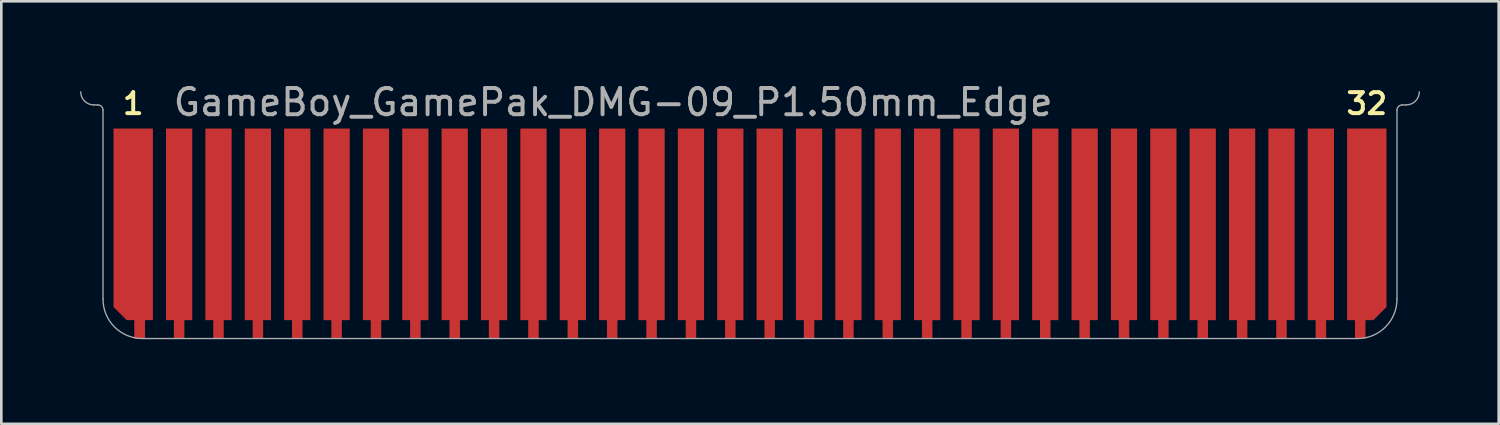
<source format=kicad_pcb>
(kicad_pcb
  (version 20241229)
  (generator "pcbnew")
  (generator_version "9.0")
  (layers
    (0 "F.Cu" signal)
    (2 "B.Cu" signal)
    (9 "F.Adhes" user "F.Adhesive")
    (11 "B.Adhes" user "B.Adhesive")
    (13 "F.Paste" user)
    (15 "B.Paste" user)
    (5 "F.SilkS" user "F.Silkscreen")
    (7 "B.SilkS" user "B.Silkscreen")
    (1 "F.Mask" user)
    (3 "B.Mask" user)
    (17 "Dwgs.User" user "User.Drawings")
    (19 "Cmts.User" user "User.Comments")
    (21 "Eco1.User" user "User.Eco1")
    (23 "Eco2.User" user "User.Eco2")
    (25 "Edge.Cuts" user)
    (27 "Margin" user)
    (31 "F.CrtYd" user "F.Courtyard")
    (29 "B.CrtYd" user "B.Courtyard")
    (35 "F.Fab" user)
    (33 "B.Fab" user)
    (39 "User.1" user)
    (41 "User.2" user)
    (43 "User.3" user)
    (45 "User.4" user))
  (footprint "GameBoy_GamePak_DMG-09_P1.50mm_Edge"
    (layer "F.Cu")
    (at 25.525 9.848)
    (property "Reference" "GameBoy_GamePak_DMG-09_P1.50mm_Edge" (at -22.05 -9 0) (layer "F.Fab") (effects (font (size 1 1) (thickness 0.15)) (justify left)))
    (attr through_hole)
    (fp_poly (pts (xy -23.05 0) (xy -23.45 0) (xy -23.45 -0.7) (xy -23.05 -0.7)) (stroke (width 0) (type solid)) (fill yes) (layer "F.Cu"))
    (fp_poly (pts (xy 24.65 -0.7) (xy -24.65 -0.7) (xy -24.65 -7) (xy 24.65 -7)) (stroke (width 0) (type solid)) (fill yes) (layer "F.Mask"))
    (fp_line (start -25 -8.9) (end -24.85 -8.9) (stroke (width 0.05) (type solid)) (layer "F.Fab"))
    (fp_line (start -24.65 -1.5) (end -24.65 -8.7) (stroke (width 0.05) (type solid)) (layer "F.Fab"))
    (fp_line (start -23.15 0) (end 23.15 0) (stroke (width 0.05) (type solid)) (layer "F.Fab"))
    (fp_line (start 24.65 -1.5) (end 24.65 -8.7) (stroke (width 0.05) (type solid)) (layer "F.Fab"))
    (fp_line (start 24.85 -8.9) (end 25 -8.9) (stroke (width 0.05) (type solid)) (layer "F.Fab"))
    (fp_arc (start -25 -8.9) (mid -25.353553 -9.046447) (end -25.5 -9.4) (stroke (width 0.05) (type solid)) (layer "F.Fab"))
    (fp_arc (start -24.85 -8.9) (mid -24.708579 -8.841421) (end -24.65 -8.7) (stroke (width 0.05) (type solid)) (layer "F.Fab"))
    (fp_arc (start -23.15 0) (mid -24.21066 -0.43934) (end -24.65 -1.5) (stroke (width 0.05) (type solid)) (layer "F.Fab"))
    (fp_arc (start 24.65 -8.7) (mid 24.708579 -8.841421) (end 24.85 -8.9) (stroke (width 0.05) (type solid)) (layer "F.Fab"))
    (fp_arc (start 24.65 -1.5) (mid 24.21066 -0.43934) (end 23.15 0) (stroke (width 0.05) (type solid)) (layer "F.Fab"))
    (fp_arc (start 25.5 -9.4) (mid 25.353553 -9.046447) (end 25 -8.9) (stroke (width 0.05) (type solid)) (layer "F.Fab"))
    (fp_text user "1" (at -23.5 -8.95 0) (layer "F.SilkS") (effects (font (size 0.8 0.8) (thickness 0.15))))
    (fp_text user "32" (at 23.5 -8.95 0) (layer "F.SilkS") (effects (font (size 0.8 0.8) (thickness 0.15))))
    (pad "1" smd custom (at -23.5 -7.5) (size 1 1) (layers "F.Cu") (options (anchor rect)) (primitives (gr_poly (pts (xy -0.75 6.3) (xy -0.75 -0.5) (xy 0.75 -0.5) (xy 0.75 6.8) (xy 0.45 6.8) (xy 0.45 7.5) (xy 0.05 7.5) (xy 0.05 6.8) (xy -0.25 6.8)) (width 0) (fill yes))))
    (pad "2" smd custom (at -21.75 -7.5) (size 1 1) (layers "F.Cu") (options (anchor rect)) (primitives (gr_poly (pts (xy 0.5 6.8) (xy 0.2 6.8) (xy 0.2 7.5) (xy -0.2 7.5) (xy -0.2 6.8) (xy -0.5 6.8) (xy -0.5 0.5) (xy 0.5 0.5)) (width 0) (fill yes))))
    (pad "3" smd custom (at -20.25 -7.5) (size 1 1) (layers "F.Cu") (options (anchor rect)) (primitives (gr_poly (pts (xy 0.5 6.8) (xy 0.2 6.8) (xy 0.2 7.5) (xy -0.2 7.5) (xy -0.2 6.8) (xy -0.5 6.8) (xy -0.5 0.5) (xy 0.5 0.5)) (width 0) (fill yes))))
    (pad "4" smd custom (at -18.75 -7.5) (size 1 1) (layers "F.Cu") (options (anchor rect)) (primitives (gr_poly (pts (xy 0.5 6.8) (xy 0.2 6.8) (xy 0.2 7.5) (xy -0.2 7.5) (xy -0.2 6.8) (xy -0.5 6.8) (xy -0.5 0.5) (xy 0.5 0.5)) (width 0) (fill yes))))
    (pad "5" smd custom (at -17.25 -7.5) (size 1 1) (layers "F.Cu") (options (anchor rect)) (primitives (gr_poly (pts (xy 0.5 6.8) (xy 0.2 6.8) (xy 0.2 7.5) (xy -0.2 7.5) (xy -0.2 6.8) (xy -0.5 6.8) (xy -0.5 0.5) (xy 0.5 0.5)) (width 0) (fill yes))))
    (pad "6" smd custom (at -15.75 -7.5) (size 1 1) (layers "F.Cu") (options (anchor rect)) (primitives (gr_poly (pts (xy 0.5 6.8) (xy 0.2 6.8) (xy 0.2 7.5) (xy -0.2 7.5) (xy -0.2 6.8) (xy -0.5 6.8) (xy -0.5 0.5) (xy 0.5 0.5)) (width 0) (fill yes))))
    (pad "7" smd custom (at -14.25 -7.5) (size 1 1) (layers "F.Cu") (options (anchor rect)) (primitives (gr_poly (pts (xy 0.5 6.8) (xy 0.2 6.8) (xy 0.2 7.5) (xy -0.2 7.5) (xy -0.2 6.8) (xy -0.5 6.8) (xy -0.5 0.5) (xy 0.5 0.5)) (width 0) (fill yes))))
    (pad "8" smd custom (at -12.75 -7.5) (size 1 1) (layers "F.Cu") (options (anchor rect)) (primitives (gr_poly (pts (xy 0.5 6.8) (xy 0.2 6.8) (xy 0.2 7.5) (xy -0.2 7.5) (xy -0.2 6.8) (xy -0.5 6.8) (xy -0.5 0.5) (xy 0.5 0.5)) (width 0) (fill yes))))
    (pad "9" smd custom (at -11.25 -7.5) (size 1 1) (layers "F.Cu") (options (anchor rect)) (primitives (gr_poly (pts (xy 0.5 6.8) (xy 0.2 6.8) (xy 0.2 7.5) (xy -0.2 7.5) (xy -0.2 6.8) (xy -0.5 6.8) (xy -0.5 0.5) (xy 0.5 0.5)) (width 0) (fill yes))))
    (pad "10" smd custom (at -9.75 -7.5) (size 1 1) (layers "F.Cu") (options (anchor rect)) (primitives (gr_poly (pts (xy 0.5 6.8) (xy 0.2 6.8) (xy 0.2 7.5) (xy -0.2 7.5) (xy -0.2 6.8) (xy -0.5 6.8) (xy -0.5 0.5) (xy 0.5 0.5)) (width 0) (fill yes))))
    (pad "11" smd custom (at -8.25 -7.5) (size 1 1) (layers "F.Cu") (options (anchor rect)) (primitives (gr_poly (pts (xy 0.5 6.8) (xy 0.2 6.8) (xy 0.2 7.5) (xy -0.2 7.5) (xy -0.2 6.8) (xy -0.5 6.8) (xy -0.5 0.5) (xy 0.5 0.5)) (width 0) (fill yes))))
    (pad "12" smd custom (at -6.75 -7.5) (size 1 1) (layers "F.Cu") (options (anchor rect)) (primitives (gr_poly (pts (xy 0.5 6.8) (xy 0.2 6.8) (xy 0.2 7.5) (xy -0.2 7.5) (xy -0.2 6.8) (xy -0.5 6.8) (xy -0.5 0.5) (xy 0.5 0.5)) (width 0) (fill yes))))
    (pad "13" smd custom (at -5.25 -7.5) (size 1 1) (layers "F.Cu") (options (anchor rect)) (primitives (gr_poly (pts (xy 0.5 6.8) (xy 0.2 6.8) (xy 0.2 7.5) (xy -0.2 7.5) (xy -0.2 6.8) (xy -0.5 6.8) (xy -0.5 0.5) (xy 0.5 0.5)) (width 0) (fill yes))))
    (pad "14" smd custom (at -3.75 -7.5) (size 1 1) (layers "F.Cu") (options (anchor rect)) (primitives (gr_poly (pts (xy 0.5 6.8) (xy 0.2 6.8) (xy 0.2 7.5) (xy -0.2 7.5) (xy -0.2 6.8) (xy -0.5 6.8) (xy -0.5 0.5) (xy 0.5 0.5)) (width 0) (fill yes))))
    (pad "15" smd custom (at -2.25 -7.5) (size 1 1) (layers "F.Cu") (options (anchor rect)) (primitives (gr_poly (pts (xy 0.5 6.8) (xy 0.2 6.8) (xy 0.2 7.5) (xy -0.2 7.5) (xy -0.2 6.8) (xy -0.5 6.8) (xy -0.5 0.5) (xy 0.5 0.5)) (width 0) (fill yes))))
    (pad "16" smd custom (at -0.75 -7.5) (size 1 1) (layers "F.Cu") (options (anchor rect)) (primitives (gr_poly (pts (xy 0.5 6.8) (xy 0.2 6.8) (xy 0.2 7.5) (xy -0.2 7.5) (xy -0.2 6.8) (xy -0.5 6.8) (xy -0.5 0.5) (xy 0.5 0.5)) (width 0) (fill yes))))
    (pad "17" smd custom (at 0.75 -7.5) (size 1 1) (layers "F.Cu") (options (anchor rect)) (primitives (gr_poly (pts (xy 0.5 6.8) (xy 0.2 6.8) (xy 0.2 7.5) (xy -0.2 7.5) (xy -0.2 6.8) (xy -0.5 6.8) (xy -0.5 0.5) (xy 0.5 0.5)) (width 0) (fill yes))))
    (pad "18" smd custom (at 2.25 -7.5) (size 1 1) (layers "F.Cu") (options (anchor rect)) (primitives (gr_poly (pts (xy 0.5 6.8) (xy 0.2 6.8) (xy 0.2 7.5) (xy -0.2 7.5) (xy -0.2 6.8) (xy -0.5 6.8) (xy -0.5 0.5) (xy 0.5 0.5)) (width 0) (fill yes))))
    (pad "19" smd custom (at 3.75 -7.5) (size 1 1) (layers "F.Cu") (options (anchor rect)) (primitives (gr_poly (pts (xy 0.5 6.8) (xy 0.2 6.8) (xy 0.2 7.5) (xy -0.2 7.5) (xy -0.2 6.8) (xy -0.5 6.8) (xy -0.5 0.5) (xy 0.5 0.5)) (width 0) (fill yes))))
    (pad "20" smd custom (at 5.25 -7.5) (size 1 1) (layers "F.Cu") (options (anchor rect)) (primitives (gr_poly (pts (xy 0.5 6.8) (xy 0.2 6.8) (xy 0.2 7.5) (xy -0.2 7.5) (xy -0.2 6.8) (xy -0.5 6.8) (xy -0.5 0.5) (xy 0.5 0.5)) (width 0) (fill yes))))
    (pad "21" smd custom (at 6.75 -7.5) (size 1 1) (layers "F.Cu") (options (anchor rect)) (primitives (gr_poly (pts (xy 0.5 6.8) (xy 0.2 6.8) (xy 0.2 7.5) (xy -0.2 7.5) (xy -0.2 6.8) (xy -0.5 6.8) (xy -0.5 0.5) (xy 0.5 0.5)) (width 0) (fill yes))))
    (pad "22" smd custom (at 8.25 -7.5) (size 1 1) (layers "F.Cu") (options (anchor rect)) (primitives (gr_poly (pts (xy 0.5 6.8) (xy 0.2 6.8) (xy 0.2 7.5) (xy -0.2 7.5) (xy -0.2 6.8) (xy -0.5 6.8) (xy -0.5 0.5) (xy 0.5 0.5)) (width 0) (fill yes))))
    (pad "23" smd custom (at 9.75 -7.5) (size 1 1) (layers "F.Cu") (options (anchor rect)) (primitives (gr_poly (pts (xy 0.5 6.8) (xy 0.2 6.8) (xy 0.2 7.5) (xy -0.2 7.5) (xy -0.2 6.8) (xy -0.5 6.8) (xy -0.5 0.5) (xy 0.5 0.5)) (width 0) (fill yes))))
    (pad "24" smd custom (at 11.25 -7.5) (size 1 1) (layers "F.Cu") (options (anchor rect)) (primitives (gr_poly (pts (xy 0.5 6.8) (xy 0.2 6.8) (xy 0.2 7.5) (xy -0.2 7.5) (xy -0.2 6.8) (xy -0.5 6.8) (xy -0.5 0.5) (xy 0.5 0.5)) (width 0) (fill yes))))
    (pad "25" smd custom (at 12.75 -7.5) (size 1 1) (layers "F.Cu") (options (anchor rect)) (primitives (gr_poly (pts (xy 0.5 6.8) (xy 0.2 6.8) (xy 0.2 7.5) (xy -0.2 7.5) (xy -0.2 6.8) (xy -0.5 6.8) (xy -0.5 0.5) (xy 0.5 0.5)) (width 0) (fill yes))))
    (pad "26" smd custom (at 14.25 -7.5) (size 1 1) (layers "F.Cu") (options (anchor rect)) (primitives (gr_poly (pts (xy 0.5 6.8) (xy 0.2 6.8) (xy 0.2 7.5) (xy -0.2 7.5) (xy -0.2 6.8) (xy -0.5 6.8) (xy -0.5 0.5) (xy 0.5 0.5)) (width 0) (fill yes))))
    (pad "27" smd custom (at 15.75 -7.5) (size 1 1) (layers "F.Cu") (options (anchor rect)) (primitives (gr_poly (pts (xy 0.5 6.8) (xy 0.2 6.8) (xy 0.2 7.5) (xy -0.2 7.5) (xy -0.2 6.8) (xy -0.5 6.8) (xy -0.5 0.5) (xy 0.5 0.5)) (width 0) (fill yes))))
    (pad "28" smd custom (at 17.25 -7.5) (size 1 1) (layers "F.Cu") (options (anchor rect)) (primitives (gr_poly (pts (xy 0.5 6.8) (xy 0.2 6.8) (xy 0.2 7.5) (xy -0.2 7.5) (xy -0.2 6.8) (xy -0.5 6.8) (xy -0.5 0.5) (xy 0.5 0.5)) (width 0) (fill yes))))
    (pad "29" smd custom (at 18.75 -7.5) (size 1 1) (layers "F.Cu") (options (anchor rect)) (primitives (gr_poly (pts (xy 0.5 6.8) (xy 0.2 6.8) (xy 0.2 7.5) (xy -0.2 7.5) (xy -0.2 6.8) (xy -0.5 6.8) (xy -0.5 0.5) (xy 0.5 0.5)) (width 0) (fill yes))))
    (pad "30" smd custom (at 20.25 -7.5) (size 1 1) (layers "F.Cu") (options (anchor rect)) (primitives (gr_poly (pts (xy 0.5 6.8) (xy 0.2 6.8) (xy 0.2 7.5) (xy -0.2 7.5) (xy -0.2 6.8) (xy -0.5 6.8) (xy -0.5 0.5) (xy 0.5 0.5)) (width 0) (fill yes))))
    (pad "31" smd custom (at 21.75 -7.5) (size 1 1) (layers "F.Cu") (options (anchor rect)) (primitives (gr_poly (pts (xy 0.5 6.8) (xy 0.2 6.8) (xy 0.2 7.5) (xy -0.2 7.5) (xy -0.2 6.8) (xy -0.5 6.8) (xy -0.5 0.5) (xy 0.5 0.5)) (width 0) (fill yes))))
    (pad "32" smd custom (at 23.5 -7.5) (size 1 1) (layers "F.Cu") (options (anchor rect)) (primitives (gr_poly (pts (xy -0.75 6.8) (xy -0.75 -0.5) (xy 0.75 -0.5) (xy 0.75 6.3) (xy 0.25 6.8) (xy -0.05 6.8) (xy -0.05 7.5) (xy -0.45 7.5) (xy -0.45 6.8)) (width 0) (fill yes)))))
  (gr_rect
    (start -3 -3)
    (end 54.05 13.098)
    (stroke (width 0.1) (type default))
    (fill no)
    (layer "Edge.Cuts")))
</source>
